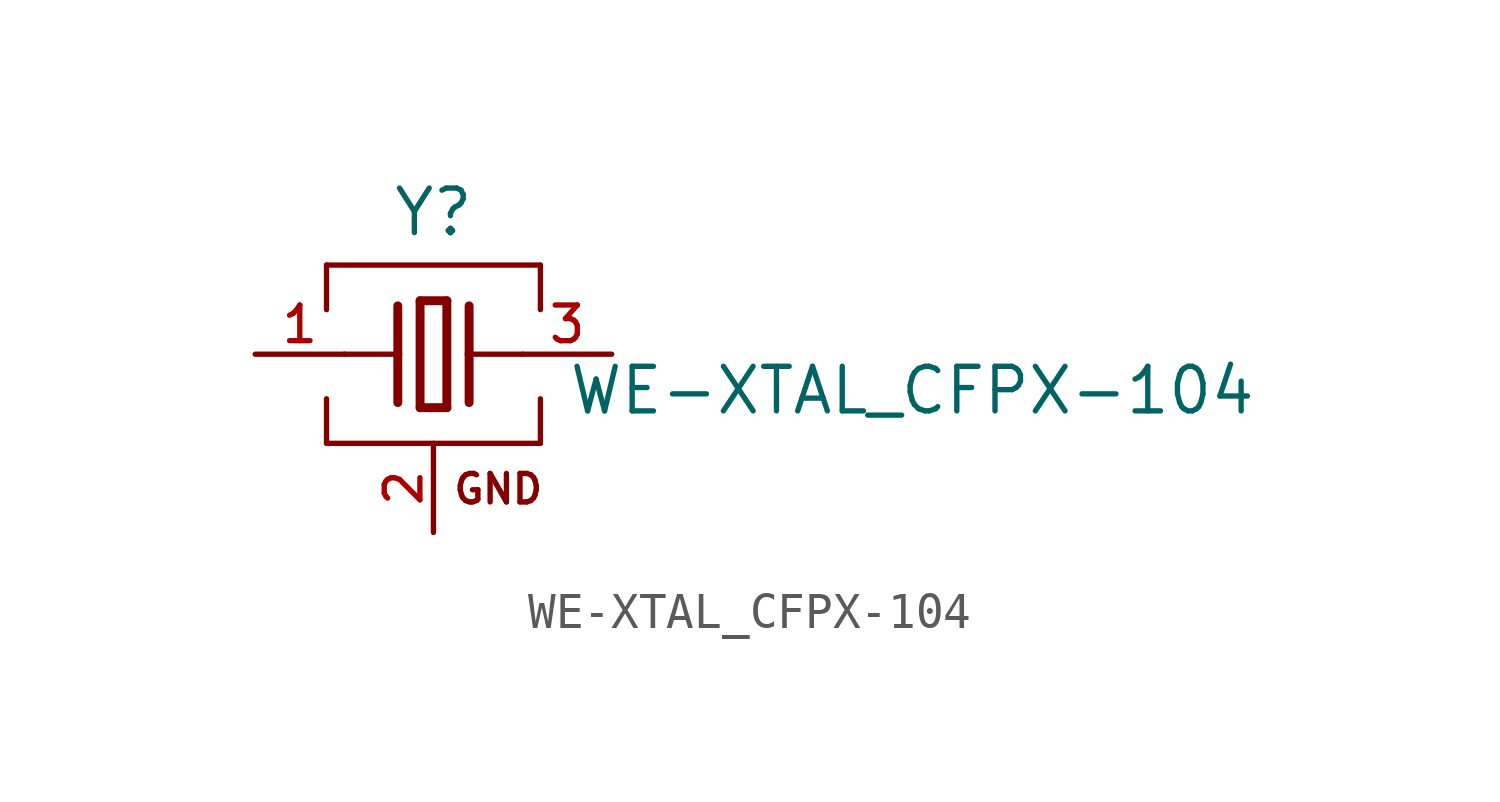
<source format=kicad_sym>
(kicad_symbol_lib
  (version 20241209)
  (generator "kicad_symbol_editor")
  (generator_version "9.0")
  (symbol "WE-XTAL_CFPX-104"
    (pin_names
      (offset 1.016))
    (property "Reference" "Y"
      (at 0 3.302 0)
      (effects (font (size 1.27 1.27)) (justify bottom)))
    (property "Value" "WE-XTAL_CFPX-104"
      (at 3.81 -1.778 0)
      (effects (font (size 1.27 1.27)) (justify left bottom)))
    (symbol "WE-XTAL_CFPX-104_0_0"
      (polyline (pts (xy -3.048 2.54) (xy -3.048 1.27)) (stroke (width 0.152) (type default)) (fill (type none)))
      (polyline (pts (xy -3.048 2.54) (xy 3.048 2.54)) (stroke (width 0.152) (type default)) (fill (type none)))
      (polyline (pts (xy -3.048 -1.27) (xy -3.048 -2.54)) (stroke (width 0.152) (type default)) (fill (type none)))
      (polyline (pts (xy -2.54 0) (xy -1.016 0)) (stroke (width 0.152) (type default)) (fill (type none)))
      (polyline (pts (xy -1.016 1.378) (xy -1.016 0)) (stroke (width 0.254) (type default)) (fill (type none)))
      (polyline (pts (xy -1.016 0) (xy -1.016 -1.378)) (stroke (width 0.254) (type default)) (fill (type none)))
      (polyline (pts (xy -0.381 1.524) (xy -0.381 -1.524)) (stroke (width 0.254) (type default)) (fill (type none)))
      (polyline (pts (xy -0.381 -1.524) (xy 0.381 -1.524)) (stroke (width 0.254) (type default)) (fill (type none)))
      (polyline (pts (xy 0.381 1.524) (xy -0.381 1.524)) (stroke (width 0.254) (type default)) (fill (type none)))
      (polyline (pts (xy 0.381 -1.524) (xy 0.381 1.524)) (stroke (width 0.254) (type default)) (fill (type none)))
      (polyline (pts (xy 1.016 1.378) (xy 1.016 0)) (stroke (width 0.254) (type default)) (fill (type none)))
      (polyline (pts (xy 1.016 0) (xy 1.016 -1.378)) (stroke (width 0.254) (type default)) (fill (type none)))
      (polyline (pts (xy 1.016 0) (xy 2.54 0)) (stroke (width 0.152) (type default)) (fill (type none)))
      (polyline (pts (xy 3.048 2.54) (xy 3.048 1.27)) (stroke (width 0.152) (type default)) (fill (type none)))
      (polyline (pts (xy 3.048 -2.54) (xy -3.048 -2.54)) (stroke (width 0.152) (type default)) (fill (type none)))
      (polyline (pts (xy 3.048 -2.54) (xy 3.048 -1.27)) (stroke (width 0.152) (type default)) (fill (type none)))
      (text "GND" (at 0.508 -4.318 0) (effects (font (size 0.813 0.813)) (justify left bottom)))
      (pin passive line (at -5.08 0 0) (length 2.54) (name "~" (effects (font (size 1.016 1.016)))) (number "1" (effects (font (size 1.016 1.016)))))
      (pin passive line (at 0 -5.08 90) (length 2.54) (name "~" (effects (font (size 1.016 1.016)))) (number "2" (effects (font (size 1.016 1.016)))))
      (pin passive line (at 0 -5.08 90) (length 2.54) (hide yes) (name "~" (effects (font (size 1.016 1.016)))) (number "4" (effects (font (size 1.016 1.016)))))
      (pin passive line (at 5.08 0 180) (length 2.54) (name "~" (effects (font (size 1.016 1.016)))) (number "3" (effects (font (size 1.016 1.016))))))))
</source>
